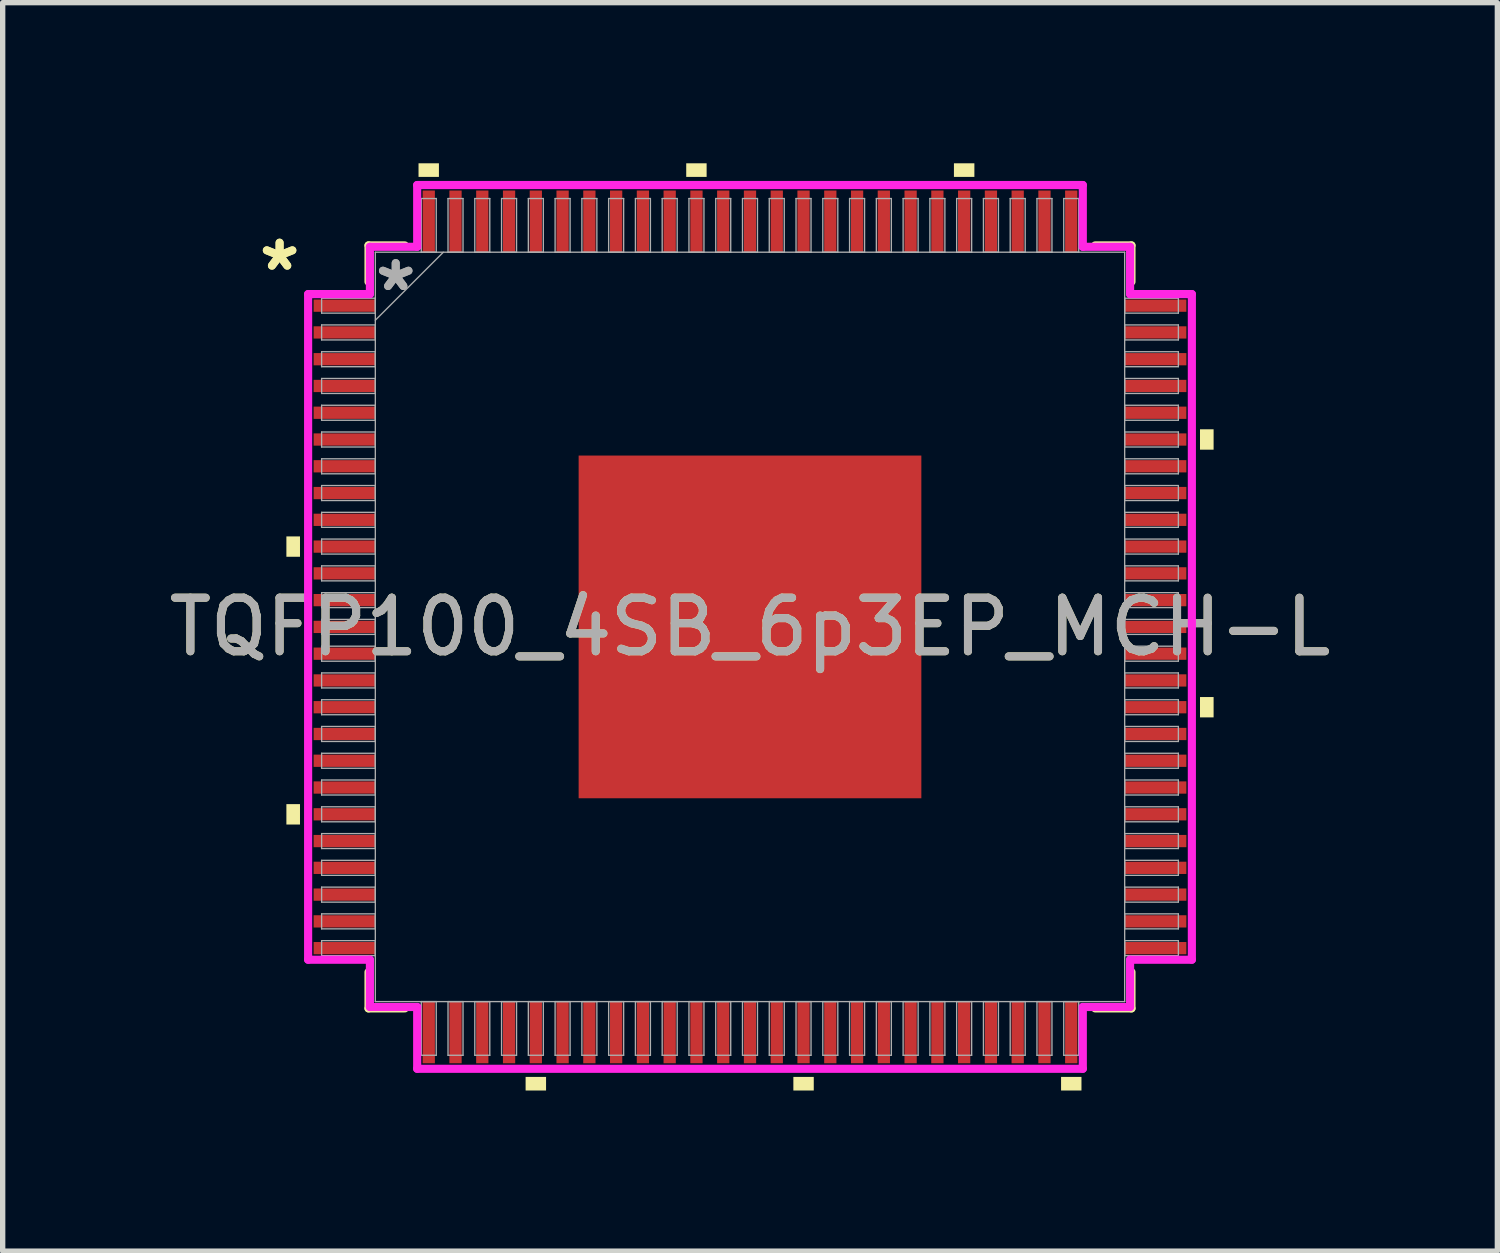
<source format=kicad_pcb>
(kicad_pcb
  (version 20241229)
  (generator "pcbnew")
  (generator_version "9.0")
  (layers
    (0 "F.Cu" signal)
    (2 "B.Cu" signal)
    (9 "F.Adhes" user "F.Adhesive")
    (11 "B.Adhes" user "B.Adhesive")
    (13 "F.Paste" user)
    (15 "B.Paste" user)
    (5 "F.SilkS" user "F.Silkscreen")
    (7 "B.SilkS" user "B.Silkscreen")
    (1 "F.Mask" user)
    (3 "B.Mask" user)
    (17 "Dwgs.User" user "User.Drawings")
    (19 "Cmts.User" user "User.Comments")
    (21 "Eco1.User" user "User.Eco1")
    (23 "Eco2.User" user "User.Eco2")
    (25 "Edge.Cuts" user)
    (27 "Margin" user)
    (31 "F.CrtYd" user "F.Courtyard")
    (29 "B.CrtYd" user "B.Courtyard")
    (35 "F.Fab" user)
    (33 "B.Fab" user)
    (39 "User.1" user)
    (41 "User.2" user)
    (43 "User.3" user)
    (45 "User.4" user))
  (footprint "TQFP100_4SB_6p3EP_MCH-L"
    (layer "F.Cu")
    (at 10.958 8.659)
    (property "Reference" "TQFP100_4SB_6p3EP_MCH-L" (at 0 0 0) (unlocked yes) (layer "F.SilkS") (effects (font (size 1 1) (thickness 0.15))))
    (attr smd)
    (fp_line (start -7.125 -7.125) (end -7.125 -6.447) (stroke (width 0.152) (type solid)) (layer "F.SilkS"))
    (fp_line (start -7.125 6.447) (end -7.125 7.125) (stroke (width 0.152) (type solid)) (layer "F.SilkS"))
    (fp_line (start -7.125 7.125) (end -6.447 7.125) (stroke (width 0.152) (type solid)) (layer "F.SilkS"))
    (fp_line (start -6.447 -7.125) (end -7.125 -7.125) (stroke (width 0.152) (type solid)) (layer "F.SilkS"))
    (fp_line (start 6.447 7.125) (end 7.125 7.125) (stroke (width 0.152) (type solid)) (layer "F.SilkS"))
    (fp_line (start 7.125 -7.125) (end 6.447 -7.125) (stroke (width 0.152) (type solid)) (layer "F.SilkS"))
    (fp_line (start 7.125 -6.447) (end 7.125 -7.125) (stroke (width 0.152) (type solid)) (layer "F.SilkS"))
    (fp_line (start 7.125 7.125) (end 7.125 6.447) (stroke (width 0.152) (type solid)) (layer "F.SilkS"))
    (fp_poly (pts (xy -8.659 -1.69) (xy -8.659 -1.31) (xy -8.405 -1.31) (xy -8.405 -1.69)) (stroke (width 0) (type solid)) (fill yes) (layer "F.SilkS"))
    (fp_poly (pts (xy -8.659 3.31) (xy -8.659 3.691) (xy -8.405 3.691) (xy -8.405 3.31)) (stroke (width 0) (type solid)) (fill yes) (layer "F.SilkS"))
    (fp_poly (pts (xy -6.191 -8.405) (xy -6.191 -8.659) (xy -5.81 -8.659) (xy -5.81 -8.405)) (stroke (width 0) (type solid)) (fill yes) (layer "F.SilkS"))
    (fp_poly (pts (xy -4.191 8.405) (xy -4.191 8.659) (xy -3.809 8.659) (xy -3.809 8.405)) (stroke (width 0) (type solid)) (fill yes) (layer "F.SilkS"))
    (fp_poly (pts (xy -1.191 -8.405) (xy -1.191 -8.659) (xy -0.81 -8.659) (xy -0.81 -8.405)) (stroke (width 0) (type solid)) (fill yes) (layer "F.SilkS"))
    (fp_poly (pts (xy 0.81 8.405) (xy 0.81 8.659) (xy 1.191 8.659) (xy 1.191 8.405)) (stroke (width 0) (type solid)) (fill yes) (layer "F.SilkS"))
    (fp_poly (pts (xy 3.809 -8.405) (xy 3.809 -8.659) (xy 4.191 -8.659) (xy 4.191 -8.405)) (stroke (width 0) (type solid)) (fill yes) (layer "F.SilkS"))
    (fp_poly (pts (xy 5.81 8.405) (xy 5.81 8.659) (xy 6.191 8.659) (xy 6.191 8.405)) (stroke (width 0) (type solid)) (fill yes) (layer "F.SilkS"))
    (fp_poly (pts (xy 8.659 -3.691) (xy 8.659 -3.31) (xy 8.405 -3.31) (xy 8.405 -3.691)) (stroke (width 0) (type solid)) (fill yes) (layer "F.SilkS"))
    (fp_poly (pts (xy 8.659 1.31) (xy 8.659 1.69) (xy 8.405 1.69) (xy 8.405 1.31)) (stroke (width 0) (type solid)) (fill yes) (layer "F.SilkS"))
    (fp_poly (pts (xy -3.1 -3.1) (xy -3.1 -2.02) (xy -2.02 -2.02) (xy -2.02 -3.1)) (stroke (width 0) (type solid)) (fill yes) (layer "F.Paste"))
    (fp_poly (pts (xy -3.1 -1.82) (xy -3.1 -0.74) (xy -2.02 -0.74) (xy -2.02 -1.82)) (stroke (width 0) (type solid)) (fill yes) (layer "F.Paste"))
    (fp_poly (pts (xy -3.1 -0.54) (xy -3.1 0.54) (xy -2.02 0.54) (xy -2.02 -0.54)) (stroke (width 0) (type solid)) (fill yes) (layer "F.Paste"))
    (fp_poly (pts (xy -3.1 0.74) (xy -3.1 1.82) (xy -2.02 1.82) (xy -2.02 0.74)) (stroke (width 0) (type solid)) (fill yes) (layer "F.Paste"))
    (fp_poly (pts (xy -3.1 2.02) (xy -3.1 3.1) (xy -2.02 3.1) (xy -2.02 2.02)) (stroke (width 0) (type solid)) (fill yes) (layer "F.Paste"))
    (fp_poly (pts (xy -1.82 -3.1) (xy -1.82 -2.02) (xy -0.74 -2.02) (xy -0.74 -3.1)) (stroke (width 0) (type solid)) (fill yes) (layer "F.Paste"))
    (fp_poly (pts (xy -1.82 -1.82) (xy -1.82 -0.74) (xy -0.74 -0.74) (xy -0.74 -1.82)) (stroke (width 0) (type solid)) (fill yes) (layer "F.Paste"))
    (fp_poly (pts (xy -1.82 -0.54) (xy -1.82 0.54) (xy -0.74 0.54) (xy -0.74 -0.54)) (stroke (width 0) (type solid)) (fill yes) (layer "F.Paste"))
    (fp_poly (pts (xy -1.82 0.74) (xy -1.82 1.82) (xy -0.74 1.82) (xy -0.74 0.74)) (stroke (width 0) (type solid)) (fill yes) (layer "F.Paste"))
    (fp_poly (pts (xy -1.82 2.02) (xy -1.82 3.1) (xy -0.74 3.1) (xy -0.74 2.02)) (stroke (width 0) (type solid)) (fill yes) (layer "F.Paste"))
    (fp_poly (pts (xy -0.54 -3.1) (xy -0.54 -2.02) (xy 0.54 -2.02) (xy 0.54 -3.1)) (stroke (width 0) (type solid)) (fill yes) (layer "F.Paste"))
    (fp_poly (pts (xy -0.54 -1.82) (xy -0.54 -0.74) (xy 0.54 -0.74) (xy 0.54 -1.82)) (stroke (width 0) (type solid)) (fill yes) (layer "F.Paste"))
    (fp_poly (pts (xy -0.54 -0.54) (xy -0.54 0.54) (xy 0.54 0.54) (xy 0.54 -0.54)) (stroke (width 0) (type solid)) (fill yes) (layer "F.Paste"))
    (fp_poly (pts (xy -0.54 0.74) (xy -0.54 1.82) (xy 0.54 1.82) (xy 0.54 0.74)) (stroke (width 0) (type solid)) (fill yes) (layer "F.Paste"))
    (fp_poly (pts (xy -0.54 2.02) (xy -0.54 3.1) (xy 0.54 3.1) (xy 0.54 2.02)) (stroke (width 0) (type solid)) (fill yes) (layer "F.Paste"))
    (fp_poly (pts (xy 0.74 -3.1) (xy 0.74 -2.02) (xy 1.82 -2.02) (xy 1.82 -3.1)) (stroke (width 0) (type solid)) (fill yes) (layer "F.Paste"))
    (fp_poly (pts (xy 0.74 -1.82) (xy 0.74 -0.74) (xy 1.82 -0.74) (xy 1.82 -1.82)) (stroke (width 0) (type solid)) (fill yes) (layer "F.Paste"))
    (fp_poly (pts (xy 0.74 -0.54) (xy 0.74 0.54) (xy 1.82 0.54) (xy 1.82 -0.54)) (stroke (width 0) (type solid)) (fill yes) (layer "F.Paste"))
    (fp_poly (pts (xy 0.74 0.74) (xy 0.74 1.82) (xy 1.82 1.82) (xy 1.82 0.74)) (stroke (width 0) (type solid)) (fill yes) (layer "F.Paste"))
    (fp_poly (pts (xy 0.74 2.02) (xy 0.74 3.1) (xy 1.82 3.1) (xy 1.82 2.02)) (stroke (width 0) (type solid)) (fill yes) (layer "F.Paste"))
    (fp_poly (pts (xy 2.02 -3.1) (xy 2.02 -2.02) (xy 3.1 -2.02) (xy 3.1 -3.1)) (stroke (width 0) (type solid)) (fill yes) (layer "F.Paste"))
    (fp_poly (pts (xy 2.02 -1.82) (xy 2.02 -0.74) (xy 3.1 -0.74) (xy 3.1 -1.82)) (stroke (width 0) (type solid)) (fill yes) (layer "F.Paste"))
    (fp_poly (pts (xy 2.02 -0.54) (xy 2.02 0.54) (xy 3.1 0.54) (xy 3.1 -0.54)) (stroke (width 0) (type solid)) (fill yes) (layer "F.Paste"))
    (fp_poly (pts (xy 2.02 0.74) (xy 2.02 1.82) (xy 3.1 1.82) (xy 3.1 0.74)) (stroke (width 0) (type solid)) (fill yes) (layer "F.Paste"))
    (fp_poly (pts (xy 2.02 2.02) (xy 2.02 3.1) (xy 3.1 3.1) (xy 3.1 2.02)) (stroke (width 0) (type solid)) (fill yes) (layer "F.Paste"))
    (fp_line (start -8.253 -6.216) (end -7.099 -6.216) (stroke (width 0.152) (type solid)) (layer "F.CrtYd"))
    (fp_line (start -8.253 6.216) (end -8.253 -6.216) (stroke (width 0.152) (type solid)) (layer "F.CrtYd"))
    (fp_line (start -7.099 -7.099) (end -6.216 -7.099) (stroke (width 0.152) (type solid)) (layer "F.CrtYd"))
    (fp_line (start -7.099 -6.216) (end -7.099 -7.099) (stroke (width 0.152) (type solid)) (layer "F.CrtYd"))
    (fp_line (start -7.099 6.216) (end -8.253 6.216) (stroke (width 0.152) (type solid)) (layer "F.CrtYd"))
    (fp_line (start -7.099 7.099) (end -7.099 6.216) (stroke (width 0.152) (type solid)) (layer "F.CrtYd"))
    (fp_line (start -7.099 7.099) (end -6.216 7.099) (stroke (width 0.152) (type solid)) (layer "F.CrtYd"))
    (fp_line (start -6.216 -8.253) (end 6.216 -8.253) (stroke (width 0.152) (type solid)) (layer "F.CrtYd"))
    (fp_line (start -6.216 -7.099) (end -6.216 -8.253) (stroke (width 0.152) (type solid)) (layer "F.CrtYd"))
    (fp_line (start -6.216 7.099) (end -6.216 8.253) (stroke (width 0.152) (type solid)) (layer "F.CrtYd"))
    (fp_line (start -6.216 8.253) (end 6.216 8.253) (stroke (width 0.152) (type solid)) (layer "F.CrtYd"))
    (fp_line (start 6.216 -8.253) (end 6.216 -7.099) (stroke (width 0.152) (type solid)) (layer "F.CrtYd"))
    (fp_line (start 6.216 -7.099) (end 7.099 -7.099) (stroke (width 0.152) (type solid)) (layer "F.CrtYd"))
    (fp_line (start 6.216 7.099) (end 7.099 7.099) (stroke (width 0.152) (type solid)) (layer "F.CrtYd"))
    (fp_line (start 6.216 8.253) (end 6.216 7.099) (stroke (width 0.152) (type solid)) (layer "F.CrtYd"))
    (fp_line (start 7.099 -6.216) (end 7.099 -7.099) (stroke (width 0.152) (type solid)) (layer "F.CrtYd"))
    (fp_line (start 7.099 6.216) (end 8.253 6.216) (stroke (width 0.152) (type solid)) (layer "F.CrtYd"))
    (fp_line (start 7.099 7.099) (end 7.099 6.216) (stroke (width 0.152) (type solid)) (layer "F.CrtYd"))
    (fp_line (start 8.253 -6.216) (end 7.099 -6.216) (stroke (width 0.152) (type solid)) (layer "F.CrtYd"))
    (fp_line (start 8.253 6.216) (end 8.253 -6.216) (stroke (width 0.152) (type solid)) (layer "F.CrtYd"))
    (fp_line (start -8.001 -6.14) (end -8.001 -5.86) (stroke (width 0.025) (type solid)) (layer "F.Fab"))
    (fp_line (start -8.001 -5.86) (end -6.998 -5.86) (stroke (width 0.025) (type solid)) (layer "F.Fab"))
    (fp_line (start -8.001 -5.64) (end -8.001 -5.36) (stroke (width 0.025) (type solid)) (layer "F.Fab"))
    (fp_line (start -8.001 -5.36) (end -6.998 -5.36) (stroke (width 0.025) (type solid)) (layer "F.Fab"))
    (fp_line (start -8.001 -5.14) (end -8.001 -4.86) (stroke (width 0.025) (type solid)) (layer "F.Fab"))
    (fp_line (start -8.001 -4.86) (end -6.998 -4.86) (stroke (width 0.025) (type solid)) (layer "F.Fab"))
    (fp_line (start -8.001 -4.64) (end -8.001 -4.36) (stroke (width 0.025) (type solid)) (layer "F.Fab"))
    (fp_line (start -8.001 -4.36) (end -6.998 -4.36) (stroke (width 0.025) (type solid)) (layer "F.Fab"))
    (fp_line (start -8.001 -4.14) (end -8.001 -3.86) (stroke (width 0.025) (type solid)) (layer "F.Fab"))
    (fp_line (start -8.001 -3.86) (end -6.998 -3.86) (stroke (width 0.025) (type solid)) (layer "F.Fab"))
    (fp_line (start -8.001 -3.64) (end -8.001 -3.36) (stroke (width 0.025) (type solid)) (layer "F.Fab"))
    (fp_line (start -8.001 -3.36) (end -6.998 -3.36) (stroke (width 0.025) (type solid)) (layer "F.Fab"))
    (fp_line (start -8.001 -3.14) (end -8.001 -2.86) (stroke (width 0.025) (type solid)) (layer "F.Fab"))
    (fp_line (start -8.001 -2.86) (end -6.998 -2.86) (stroke (width 0.025) (type solid)) (layer "F.Fab"))
    (fp_line (start -8.001 -2.64) (end -8.001 -2.36) (stroke (width 0.025) (type solid)) (layer "F.Fab"))
    (fp_line (start -8.001 -2.36) (end -6.998 -2.36) (stroke (width 0.025) (type solid)) (layer "F.Fab"))
    (fp_line (start -8.001 -2.14) (end -8.001 -1.86) (stroke (width 0.025) (type solid)) (layer "F.Fab"))
    (fp_line (start -8.001 -1.86) (end -6.998 -1.86) (stroke (width 0.025) (type solid)) (layer "F.Fab"))
    (fp_line (start -8.001 -1.64) (end -8.001 -1.36) (stroke (width 0.025) (type solid)) (layer "F.Fab"))
    (fp_line (start -8.001 -1.36) (end -6.998 -1.36) (stroke (width 0.025) (type solid)) (layer "F.Fab"))
    (fp_line (start -8.001 -1.14) (end -8.001 -0.86) (stroke (width 0.025) (type solid)) (layer "F.Fab"))
    (fp_line (start -8.001 -0.86) (end -6.998 -0.86) (stroke (width 0.025) (type solid)) (layer "F.Fab"))
    (fp_line (start -8.001 -0.64) (end -8.001 -0.36) (stroke (width 0.025) (type solid)) (layer "F.Fab"))
    (fp_line (start -8.001 -0.36) (end -6.998 -0.36) (stroke (width 0.025) (type solid)) (layer "F.Fab"))
    (fp_line (start -8.001 -0.14) (end -8.001 0.14) (stroke (width 0.025) (type solid)) (layer "F.Fab"))
    (fp_line (start -8.001 0.14) (end -6.998 0.14) (stroke (width 0.025) (type solid)) (layer "F.Fab"))
    (fp_line (start -8.001 0.36) (end -8.001 0.64) (stroke (width 0.025) (type solid)) (layer "F.Fab"))
    (fp_line (start -8.001 0.64) (end -6.998 0.64) (stroke (width 0.025) (type solid)) (layer "F.Fab"))
    (fp_line (start -8.001 0.86) (end -8.001 1.14) (stroke (width 0.025) (type solid)) (layer "F.Fab"))
    (fp_line (start -8.001 1.14) (end -6.998 1.14) (stroke (width 0.025) (type solid)) (layer "F.Fab"))
    (fp_line (start -8.001 1.36) (end -8.001 1.64) (stroke (width 0.025) (type solid)) (layer "F.Fab"))
    (fp_line (start -8.001 1.64) (end -6.998 1.64) (stroke (width 0.025) (type solid)) (layer "F.Fab"))
    (fp_line (start -8.001 1.86) (end -8.001 2.14) (stroke (width 0.025) (type solid)) (layer "F.Fab"))
    (fp_line (start -8.001 2.14) (end -6.998 2.14) (stroke (width 0.025) (type solid)) (layer "F.Fab"))
    (fp_line (start -8.001 2.36) (end -8.001 2.64) (stroke (width 0.025) (type solid)) (layer "F.Fab"))
    (fp_line (start -8.001 2.64) (end -6.998 2.64) (stroke (width 0.025) (type solid)) (layer "F.Fab"))
    (fp_line (start -8.001 2.86) (end -8.001 3.14) (stroke (width 0.025) (type solid)) (layer "F.Fab"))
    (fp_line (start -8.001 3.14) (end -6.998 3.14) (stroke (width 0.025) (type solid)) (layer "F.Fab"))
    (fp_line (start -8.001 3.36) (end -8.001 3.64) (stroke (width 0.025) (type solid)) (layer "F.Fab"))
    (fp_line (start -8.001 3.64) (end -6.998 3.64) (stroke (width 0.025) (type solid)) (layer "F.Fab"))
    (fp_line (start -8.001 3.86) (end -8.001 4.14) (stroke (width 0.025) (type solid)) (layer "F.Fab"))
    (fp_line (start -8.001 4.14) (end -6.998 4.14) (stroke (width 0.025) (type solid)) (layer "F.Fab"))
    (fp_line (start -8.001 4.36) (end -8.001 4.64) (stroke (width 0.025) (type solid)) (layer "F.Fab"))
    (fp_line (start -8.001 4.64) (end -6.998 4.64) (stroke (width 0.025) (type solid)) (layer "F.Fab"))
    (fp_line (start -8.001 4.86) (end -8.001 5.14) (stroke (width 0.025) (type solid)) (layer "F.Fab"))
    (fp_line (start -8.001 5.14) (end -6.998 5.14) (stroke (width 0.025) (type solid)) (layer "F.Fab"))
    (fp_line (start -8.001 5.36) (end -8.001 5.64) (stroke (width 0.025) (type solid)) (layer "F.Fab"))
    (fp_line (start -8.001 5.64) (end -6.998 5.64) (stroke (width 0.025) (type solid)) (layer "F.Fab"))
    (fp_line (start -8.001 5.86) (end -8.001 6.14) (stroke (width 0.025) (type solid)) (layer "F.Fab"))
    (fp_line (start -8.001 6.14) (end -6.998 6.14) (stroke (width 0.025) (type solid)) (layer "F.Fab"))
    (fp_line (start -6.998 -6.998) (end -6.998 6.998) (stroke (width 0.025) (type solid)) (layer "F.Fab"))
    (fp_line (start -6.998 -6.14) (end -8.001 -6.14) (stroke (width 0.025) (type solid)) (layer "F.Fab"))
    (fp_line (start -6.998 -5.86) (end -6.998 -6.14) (stroke (width 0.025) (type solid)) (layer "F.Fab"))
    (fp_line (start -6.998 -5.728) (end -5.728 -6.998) (stroke (width 0.025) (type solid)) (layer "F.Fab"))
    (fp_line (start -6.998 -5.64) (end -8.001 -5.64) (stroke (width 0.025) (type solid)) (layer "F.Fab"))
    (fp_line (start -6.998 -5.36) (end -6.998 -5.64) (stroke (width 0.025) (type solid)) (layer "F.Fab"))
    (fp_line (start -6.998 -5.14) (end -8.001 -5.14) (stroke (width 0.025) (type solid)) (layer "F.Fab"))
    (fp_line (start -6.998 -4.86) (end -6.998 -5.14) (stroke (width 0.025) (type solid)) (layer "F.Fab"))
    (fp_line (start -6.998 -4.64) (end -8.001 -4.64) (stroke (width 0.025) (type solid)) (layer "F.Fab"))
    (fp_line (start -6.998 -4.36) (end -6.998 -4.64) (stroke (width 0.025) (type solid)) (layer "F.Fab"))
    (fp_line (start -6.998 -4.14) (end -8.001 -4.14) (stroke (width 0.025) (type solid)) (layer "F.Fab"))
    (fp_line (start -6.998 -3.86) (end -6.998 -4.14) (stroke (width 0.025) (type solid)) (layer "F.Fab"))
    (fp_line (start -6.998 -3.64) (end -8.001 -3.64) (stroke (width 0.025) (type solid)) (layer "F.Fab"))
    (fp_line (start -6.998 -3.36) (end -6.998 -3.64) (stroke (width 0.025) (type solid)) (layer "F.Fab"))
    (fp_line (start -6.998 -3.14) (end -8.001 -3.14) (stroke (width 0.025) (type solid)) (layer "F.Fab"))
    (fp_line (start -6.998 -2.86) (end -6.998 -3.14) (stroke (width 0.025) (type solid)) (layer "F.Fab"))
    (fp_line (start -6.998 -2.64) (end -8.001 -2.64) (stroke (width 0.025) (type solid)) (layer "F.Fab"))
    (fp_line (start -6.998 -2.36) (end -6.998 -2.64) (stroke (width 0.025) (type solid)) (layer "F.Fab"))
    (fp_line (start -6.998 -2.14) (end -8.001 -2.14) (stroke (width 0.025) (type solid)) (layer "F.Fab"))
    (fp_line (start -6.998 -1.86) (end -6.998 -2.14) (stroke (width 0.025) (type solid)) (layer "F.Fab"))
    (fp_line (start -6.998 -1.64) (end -8.001 -1.64) (stroke (width 0.025) (type solid)) (layer "F.Fab"))
    (fp_line (start -6.998 -1.36) (end -6.998 -1.64) (stroke (width 0.025) (type solid)) (layer "F.Fab"))
    (fp_line (start -6.998 -1.14) (end -8.001 -1.14) (stroke (width 0.025) (type solid)) (layer "F.Fab"))
    (fp_line (start -6.998 -0.86) (end -6.998 -1.14) (stroke (width 0.025) (type solid)) (layer "F.Fab"))
    (fp_line (start -6.998 -0.64) (end -8.001 -0.64) (stroke (width 0.025) (type solid)) (layer "F.Fab"))
    (fp_line (start -6.998 -0.36) (end -6.998 -0.64) (stroke (width 0.025) (type solid)) (layer "F.Fab"))
    (fp_line (start -6.998 -0.14) (end -8.001 -0.14) (stroke (width 0.025) (type solid)) (layer "F.Fab"))
    (fp_line (start -6.998 0.14) (end -6.998 -0.14) (stroke (width 0.025) (type solid)) (layer "F.Fab"))
    (fp_line (start -6.998 0.36) (end -8.001 0.36) (stroke (width 0.025) (type solid)) (layer "F.Fab"))
    (fp_line (start -6.998 0.64) (end -6.998 0.36) (stroke (width 0.025) (type solid)) (layer "F.Fab"))
    (fp_line (start -6.998 0.86) (end -8.001 0.86) (stroke (width 0.025) (type solid)) (layer "F.Fab"))
    (fp_line (start -6.998 1.14) (end -6.998 0.86) (stroke (width 0.025) (type solid)) (layer "F.Fab"))
    (fp_line (start -6.998 1.36) (end -8.001 1.36) (stroke (width 0.025) (type solid)) (layer "F.Fab"))
    (fp_line (start -6.998 1.64) (end -6.998 1.36) (stroke (width 0.025) (type solid)) (layer "F.Fab"))
    (fp_line (start -6.998 1.86) (end -8.001 1.86) (stroke (width 0.025) (type solid)) (layer "F.Fab"))
    (fp_line (start -6.998 2.14) (end -6.998 1.86) (stroke (width 0.025) (type solid)) (layer "F.Fab"))
    (fp_line (start -6.998 2.36) (end -8.001 2.36) (stroke (width 0.025) (type solid)) (layer "F.Fab"))
    (fp_line (start -6.998 2.64) (end -6.998 2.36) (stroke (width 0.025) (type solid)) (layer "F.Fab"))
    (fp_line (start -6.998 2.86) (end -8.001 2.86) (stroke (width 0.025) (type solid)) (layer "F.Fab"))
    (fp_line (start -6.998 3.14) (end -6.998 2.86) (stroke (width 0.025) (type solid)) (layer "F.Fab"))
    (fp_line (start -6.998 3.36) (end -8.001 3.36) (stroke (width 0.025) (type solid)) (layer "F.Fab"))
    (fp_line (start -6.998 3.64) (end -6.998 3.36) (stroke (width 0.025) (type solid)) (layer "F.Fab"))
    (fp_line (start -6.998 3.86) (end -8.001 3.86) (stroke (width 0.025) (type solid)) (layer "F.Fab"))
    (fp_line (start -6.998 4.14) (end -6.998 3.86) (stroke (width 0.025) (type solid)) (layer "F.Fab"))
    (fp_line (start -6.998 4.36) (end -8.001 4.36) (stroke (width 0.025) (type solid)) (layer "F.Fab"))
    (fp_line (start -6.998 4.64) (end -6.998 4.36) (stroke (width 0.025) (type solid)) (layer "F.Fab"))
    (fp_line (start -6.998 4.86) (end -8.001 4.86) (stroke (width 0.025) (type solid)) (layer "F.Fab"))
    (fp_line (start -6.998 5.14) (end -6.998 4.86) (stroke (width 0.025) (type solid)) (layer "F.Fab"))
    (fp_line (start -6.998 5.36) (end -8.001 5.36) (stroke (width 0.025) (type solid)) (layer "F.Fab"))
    (fp_line (start -6.998 5.64) (end -6.998 5.36) (stroke (width 0.025) (type solid)) (layer "F.Fab"))
    (fp_line (start -6.998 5.86) (end -8.001 5.86) (stroke (width 0.025) (type solid)) (layer "F.Fab"))
    (fp_line (start -6.998 6.14) (end -6.998 5.86) (stroke (width 0.025) (type solid)) (layer "F.Fab"))
    (fp_line (start -6.998 6.998) (end 6.998 6.998) (stroke (width 0.025) (type solid)) (layer "F.Fab"))
    (fp_line (start -6.14 -8.001) (end -6.14 -6.998) (stroke (width 0.025) (type solid)) (layer "F.Fab"))
    (fp_line (start -6.14 -6.998) (end -5.86 -6.998) (stroke (width 0.025) (type solid)) (layer "F.Fab"))
    (fp_line (start -6.14 6.998) (end -6.14 8.001) (stroke (width 0.025) (type solid)) (layer "F.Fab"))
    (fp_line (start -6.14 8.001) (end -5.86 8.001) (stroke (width 0.025) (type solid)) (layer "F.Fab"))
    (fp_line (start -5.86 -8.001) (end -6.14 -8.001) (stroke (width 0.025) (type solid)) (layer "F.Fab"))
    (fp_line (start -5.86 -6.998) (end -5.86 -8.001) (stroke (width 0.025) (type solid)) (layer "F.Fab"))
    (fp_line (start -5.86 6.998) (end -6.14 6.998) (stroke (width 0.025) (type solid)) (layer "F.Fab"))
    (fp_line (start -5.86 8.001) (end -5.86 6.998) (stroke (width 0.025) (type solid)) (layer "F.Fab"))
    (fp_line (start -5.64 -8.001) (end -5.64 -6.998) (stroke (width 0.025) (type solid)) (layer "F.Fab"))
    (fp_line (start -5.64 -6.998) (end -5.36 -6.998) (stroke (width 0.025) (type solid)) (layer "F.Fab"))
    (fp_line (start -5.64 6.998) (end -5.64 8.001) (stroke (width 0.025) (type solid)) (layer "F.Fab"))
    (fp_line (start -5.64 8.001) (end -5.36 8.001) (stroke (width 0.025) (type solid)) (layer "F.Fab"))
    (fp_line (start -5.36 -8.001) (end -5.64 -8.001) (stroke (width 0.025) (type solid)) (layer "F.Fab"))
    (fp_line (start -5.36 -6.998) (end -5.36 -8.001) (stroke (width 0.025) (type solid)) (layer "F.Fab"))
    (fp_line (start -5.36 6.998) (end -5.64 6.998) (stroke (width 0.025) (type solid)) (layer "F.Fab"))
    (fp_line (start -5.36 8.001) (end -5.36 6.998) (stroke (width 0.025) (type solid)) (layer "F.Fab"))
    (fp_line (start -5.14 -8.001) (end -5.14 -6.998) (stroke (width 0.025) (type solid)) (layer "F.Fab"))
    (fp_line (start -5.14 -6.998) (end -4.86 -6.998) (stroke (width 0.025) (type solid)) (layer "F.Fab"))
    (fp_line (start -5.14 6.998) (end -5.14 8.001) (stroke (width 0.025) (type solid)) (layer "F.Fab"))
    (fp_line (start -5.14 8.001) (end -4.86 8.001) (stroke (width 0.025) (type solid)) (layer "F.Fab"))
    (fp_line (start -4.86 -8.001) (end -5.14 -8.001) (stroke (width 0.025) (type solid)) (layer "F.Fab"))
    (fp_line (start -4.86 -6.998) (end -4.86 -8.001) (stroke (width 0.025) (type solid)) (layer "F.Fab"))
    (fp_line (start -4.86 6.998) (end -5.14 6.998) (stroke (width 0.025) (type solid)) (layer "F.Fab"))
    (fp_line (start -4.86 8.001) (end -4.86 6.998) (stroke (width 0.025) (type solid)) (layer "F.Fab"))
    (fp_line (start -4.64 -8.001) (end -4.64 -6.998) (stroke (width 0.025) (type solid)) (layer "F.Fab"))
    (fp_line (start -4.64 -6.998) (end -4.36 -6.998) (stroke (width 0.025) (type solid)) (layer "F.Fab"))
    (fp_line (start -4.64 6.998) (end -4.64 8.001) (stroke (width 0.025) (type solid)) (layer "F.Fab"))
    (fp_line (start -4.64 8.001) (end -4.36 8.001) (stroke (width 0.025) (type solid)) (layer "F.Fab"))
    (fp_line (start -4.36 -8.001) (end -4.64 -8.001) (stroke (width 0.025) (type solid)) (layer "F.Fab"))
    (fp_line (start -4.36 -6.998) (end -4.36 -8.001) (stroke (width 0.025) (type solid)) (layer "F.Fab"))
    (fp_line (start -4.36 6.998) (end -4.64 6.998) (stroke (width 0.025) (type solid)) (layer "F.Fab"))
    (fp_line (start -4.36 8.001) (end -4.36 6.998) (stroke (width 0.025) (type solid)) (layer "F.Fab"))
    (fp_line (start -4.14 -8.001) (end -4.14 -6.998) (stroke (width 0.025) (type solid)) (layer "F.Fab"))
    (fp_line (start -4.14 -6.998) (end -3.86 -6.998) (stroke (width 0.025) (type solid)) (layer "F.Fab"))
    (fp_line (start -4.14 6.998) (end -4.14 8.001) (stroke (width 0.025) (type solid)) (layer "F.Fab"))
    (fp_line (start -4.14 8.001) (end -3.86 8.001) (stroke (width 0.025) (type solid)) (layer "F.Fab"))
    (fp_line (start -3.86 -8.001) (end -4.14 -8.001) (stroke (width 0.025) (type solid)) (layer "F.Fab"))
    (fp_line (start -3.86 -6.998) (end -3.86 -8.001) (stroke (width 0.025) (type solid)) (layer "F.Fab"))
    (fp_line (start -3.86 6.998) (end -4.14 6.998) (stroke (width 0.025) (type solid)) (layer "F.Fab"))
    (fp_line (start -3.86 8.001) (end -3.86 6.998) (stroke (width 0.025) (type solid)) (layer "F.Fab"))
    (fp_line (start -3.64 -8.001) (end -3.64 -6.998) (stroke (width 0.025) (type solid)) (layer "F.Fab"))
    (fp_line (start -3.64 -6.998) (end -3.36 -6.998) (stroke (width 0.025) (type solid)) (layer "F.Fab"))
    (fp_line (start -3.64 6.998) (end -3.64 8.001) (stroke (width 0.025) (type solid)) (layer "F.Fab"))
    (fp_line (start -3.64 8.001) (end -3.36 8.001) (stroke (width 0.025) (type solid)) (layer "F.Fab"))
    (fp_line (start -3.36 -8.001) (end -3.64 -8.001) (stroke (width 0.025) (type solid)) (layer "F.Fab"))
    (fp_line (start -3.36 -6.998) (end -3.36 -8.001) (stroke (width 0.025) (type solid)) (layer "F.Fab"))
    (fp_line (start -3.36 6.998) (end -3.64 6.998) (stroke (width 0.025) (type solid)) (layer "F.Fab"))
    (fp_line (start -3.36 8.001) (end -3.36 6.998) (stroke (width 0.025) (type solid)) (layer "F.Fab"))
    (fp_line (start -3.14 -8.001) (end -3.14 -6.998) (stroke (width 0.025) (type solid)) (layer "F.Fab"))
    (fp_line (start -3.14 -6.998) (end -2.86 -6.998) (stroke (width 0.025) (type solid)) (layer "F.Fab"))
    (fp_line (start -3.14 6.998) (end -3.14 8.001) (stroke (width 0.025) (type solid)) (layer "F.Fab"))
    (fp_line (start -3.14 8.001) (end -2.86 8.001) (stroke (width 0.025) (type solid)) (layer "F.Fab"))
    (fp_line (start -2.86 -8.001) (end -3.14 -8.001) (stroke (width 0.025) (type solid)) (layer "F.Fab"))
    (fp_line (start -2.86 -6.998) (end -2.86 -8.001) (stroke (width 0.025) (type solid)) (layer "F.Fab"))
    (fp_line (start -2.86 6.998) (end -3.14 6.998) (stroke (width 0.025) (type solid)) (layer "F.Fab"))
    (fp_line (start -2.86 8.001) (end -2.86 6.998) (stroke (width 0.025) (type solid)) (layer "F.Fab"))
    (fp_line (start -2.64 -8.001) (end -2.64 -6.998) (stroke (width 0.025) (type solid)) (layer "F.Fab"))
    (fp_line (start -2.64 -6.998) (end -2.36 -6.998) (stroke (width 0.025) (type solid)) (layer "F.Fab"))
    (fp_line (start -2.64 6.998) (end -2.64 8.001) (stroke (width 0.025) (type solid)) (layer "F.Fab"))
    (fp_line (start -2.64 8.001) (end -2.36 8.001) (stroke (width 0.025) (type solid)) (layer "F.Fab"))
    (fp_line (start -2.36 -8.001) (end -2.64 -8.001) (stroke (width 0.025) (type solid)) (layer "F.Fab"))
    (fp_line (start -2.36 -6.998) (end -2.36 -8.001) (stroke (width 0.025) (type solid)) (layer "F.Fab"))
    (fp_line (start -2.36 6.998) (end -2.64 6.998) (stroke (width 0.025) (type solid)) (layer "F.Fab"))
    (fp_line (start -2.36 8.001) (end -2.36 6.998) (stroke (width 0.025) (type solid)) (layer "F.Fab"))
    (fp_line (start -2.14 -8.001) (end -2.14 -6.998) (stroke (width 0.025) (type solid)) (layer "F.Fab"))
    (fp_line (start -2.14 -6.998) (end -1.86 -6.998) (stroke (width 0.025) (type solid)) (layer "F.Fab"))
    (fp_line (start -2.14 6.998) (end -2.14 8.001) (stroke (width 0.025) (type solid)) (layer "F.Fab"))
    (fp_line (start -2.14 8.001) (end -1.86 8.001) (stroke (width 0.025) (type solid)) (layer "F.Fab"))
    (fp_line (start -1.86 -8.001) (end -2.14 -8.001) (stroke (width 0.025) (type solid)) (layer "F.Fab"))
    (fp_line (start -1.86 -6.998) (end -1.86 -8.001) (stroke (width 0.025) (type solid)) (layer "F.Fab"))
    (fp_line (start -1.86 6.998) (end -2.14 6.998) (stroke (width 0.025) (type solid)) (layer "F.Fab"))
    (fp_line (start -1.86 8.001) (end -1.86 6.998) (stroke (width 0.025) (type solid)) (layer "F.Fab"))
    (fp_line (start -1.64 -8.001) (end -1.64 -6.998) (stroke (width 0.025) (type solid)) (layer "F.Fab"))
    (fp_line (start -1.64 -6.998) (end -1.36 -6.998) (stroke (width 0.025) (type solid)) (layer "F.Fab"))
    (fp_line (start -1.64 6.998) (end -1.64 8.001) (stroke (width 0.025) (type solid)) (layer "F.Fab"))
    (fp_line (start -1.64 8.001) (end -1.36 8.001) (stroke (width 0.025) (type solid)) (layer "F.Fab"))
    (fp_line (start -1.36 -8.001) (end -1.64 -8.001) (stroke (width 0.025) (type solid)) (layer "F.Fab"))
    (fp_line (start -1.36 -6.998) (end -1.36 -8.001) (stroke (width 0.025) (type solid)) (layer "F.Fab"))
    (fp_line (start -1.36 6.998) (end -1.64 6.998) (stroke (width 0.025) (type solid)) (layer "F.Fab"))
    (fp_line (start -1.36 8.001) (end -1.36 6.998) (stroke (width 0.025) (type solid)) (layer "F.Fab"))
    (fp_line (start -1.14 -8.001) (end -1.14 -6.998) (stroke (width 0.025) (type solid)) (layer "F.Fab"))
    (fp_line (start -1.14 -6.998) (end -0.86 -6.998) (stroke (width 0.025) (type solid)) (layer "F.Fab"))
    (fp_line (start -1.14 6.998) (end -1.14 8.001) (stroke (width 0.025) (type solid)) (layer "F.Fab"))
    (fp_line (start -1.14 8.001) (end -0.86 8.001) (stroke (width 0.025) (type solid)) (layer "F.Fab"))
    (fp_line (start -0.86 -8.001) (end -1.14 -8.001) (stroke (width 0.025) (type solid)) (layer "F.Fab"))
    (fp_line (start -0.86 -6.998) (end -0.86 -8.001) (stroke (width 0.025) (type solid)) (layer "F.Fab"))
    (fp_line (start -0.86 6.998) (end -1.14 6.998) (stroke (width 0.025) (type solid)) (layer "F.Fab"))
    (fp_line (start -0.86 8.001) (end -0.86 6.998) (stroke (width 0.025) (type solid)) (layer "F.Fab"))
    (fp_line (start -0.64 -8.001) (end -0.64 -6.998) (stroke (width 0.025) (type solid)) (layer "F.Fab"))
    (fp_line (start -0.64 -6.998) (end -0.36 -6.998) (stroke (width 0.025) (type solid)) (layer "F.Fab"))
    (fp_line (start -0.64 6.998) (end -0.64 8.001) (stroke (width 0.025) (type solid)) (layer "F.Fab"))
    (fp_line (start -0.64 8.001) (end -0.36 8.001) (stroke (width 0.025) (type solid)) (layer "F.Fab"))
    (fp_line (start -0.36 -8.001) (end -0.64 -8.001) (stroke (width 0.025) (type solid)) (layer "F.Fab"))
    (fp_line (start -0.36 -6.998) (end -0.36 -8.001) (stroke (width 0.025) (type solid)) (layer "F.Fab"))
    (fp_line (start -0.36 6.998) (end -0.64 6.998) (stroke (width 0.025) (type solid)) (layer "F.Fab"))
    (fp_line (start -0.36 8.001) (end -0.36 6.998) (stroke (width 0.025) (type solid)) (layer "F.Fab"))
    (fp_line (start -0.14 -8.001) (end -0.14 -6.998) (stroke (width 0.025) (type solid)) (layer "F.Fab"))
    (fp_line (start -0.14 -6.998) (end 0.14 -6.998) (stroke (width 0.025) (type solid)) (layer "F.Fab"))
    (fp_line (start -0.14 6.998) (end -0.14 8.001) (stroke (width 0.025) (type solid)) (layer "F.Fab"))
    (fp_line (start -0.14 8.001) (end 0.14 8.001) (stroke (width 0.025) (type solid)) (layer "F.Fab"))
    (fp_line (start 0.14 -8.001) (end -0.14 -8.001) (stroke (width 0.025) (type solid)) (layer "F.Fab"))
    (fp_line (start 0.14 -6.998) (end 0.14 -8.001) (stroke (width 0.025) (type solid)) (layer "F.Fab"))
    (fp_line (start 0.14 6.998) (end -0.14 6.998) (stroke (width 0.025) (type solid)) (layer "F.Fab"))
    (fp_line (start 0.14 8.001) (end 0.14 6.998) (stroke (width 0.025) (type solid)) (layer "F.Fab"))
    (fp_line (start 0.36 -8.001) (end 0.36 -6.998) (stroke (width 0.025) (type solid)) (layer "F.Fab"))
    (fp_line (start 0.36 -6.998) (end 0.64 -6.998) (stroke (width 0.025) (type solid)) (layer "F.Fab"))
    (fp_line (start 0.36 6.998) (end 0.36 8.001) (stroke (width 0.025) (type solid)) (layer "F.Fab"))
    (fp_line (start 0.36 8.001) (end 0.64 8.001) (stroke (width 0.025) (type solid)) (layer "F.Fab"))
    (fp_line (start 0.64 -8.001) (end 0.36 -8.001) (stroke (width 0.025) (type solid)) (layer "F.Fab"))
    (fp_line (start 0.64 -6.998) (end 0.64 -8.001) (stroke (width 0.025) (type solid)) (layer "F.Fab"))
    (fp_line (start 0.64 6.998) (end 0.36 6.998) (stroke (width 0.025) (type solid)) (layer "F.Fab"))
    (fp_line (start 0.64 8.001) (end 0.64 6.998) (stroke (width 0.025) (type solid)) (layer "F.Fab"))
    (fp_line (start 0.86 -8.001) (end 0.86 -6.998) (stroke (width 0.025) (type solid)) (layer "F.Fab"))
    (fp_line (start 0.86 -6.998) (end 1.14 -6.998) (stroke (width 0.025) (type solid)) (layer "F.Fab"))
    (fp_line (start 0.86 6.998) (end 0.86 8.001) (stroke (width 0.025) (type solid)) (layer "F.Fab"))
    (fp_line (start 0.86 8.001) (end 1.14 8.001) (stroke (width 0.025) (type solid)) (layer "F.Fab"))
    (fp_line (start 1.14 -8.001) (end 0.86 -8.001) (stroke (width 0.025) (type solid)) (layer "F.Fab"))
    (fp_line (start 1.14 -6.998) (end 1.14 -8.001) (stroke (width 0.025) (type solid)) (layer "F.Fab"))
    (fp_line (start 1.14 6.998) (end 0.86 6.998) (stroke (width 0.025) (type solid)) (layer "F.Fab"))
    (fp_line (start 1.14 8.001) (end 1.14 6.998) (stroke (width 0.025) (type solid)) (layer "F.Fab"))
    (fp_line (start 1.36 -8.001) (end 1.36 -6.998) (stroke (width 0.025) (type solid)) (layer "F.Fab"))
    (fp_line (start 1.36 -6.998) (end 1.64 -6.998) (stroke (width 0.025) (type solid)) (layer "F.Fab"))
    (fp_line (start 1.36 6.998) (end 1.36 8.001) (stroke (width 0.025) (type solid)) (layer "F.Fab"))
    (fp_line (start 1.36 8.001) (end 1.64 8.001) (stroke (width 0.025) (type solid)) (layer "F.Fab"))
    (fp_line (start 1.64 -8.001) (end 1.36 -8.001) (stroke (width 0.025) (type solid)) (layer "F.Fab"))
    (fp_line (start 1.64 -6.998) (end 1.64 -8.001) (stroke (width 0.025) (type solid)) (layer "F.Fab"))
    (fp_line (start 1.64 6.998) (end 1.36 6.998) (stroke (width 0.025) (type solid)) (layer "F.Fab"))
    (fp_line (start 1.64 8.001) (end 1.64 6.998) (stroke (width 0.025) (type solid)) (layer "F.Fab"))
    (fp_line (start 1.86 -8.001) (end 1.86 -6.998) (stroke (width 0.025) (type solid)) (layer "F.Fab"))
    (fp_line (start 1.86 -6.998) (end 2.14 -6.998) (stroke (width 0.025) (type solid)) (layer "F.Fab"))
    (fp_line (start 1.86 6.998) (end 1.86 8.001) (stroke (width 0.025) (type solid)) (layer "F.Fab"))
    (fp_line (start 1.86 8.001) (end 2.14 8.001) (stroke (width 0.025) (type solid)) (layer "F.Fab"))
    (fp_line (start 2.14 -8.001) (end 1.86 -8.001) (stroke (width 0.025) (type solid)) (layer "F.Fab"))
    (fp_line (start 2.14 -6.998) (end 2.14 -8.001) (stroke (width 0.025) (type solid)) (layer "F.Fab"))
    (fp_line (start 2.14 6.998) (end 1.86 6.998) (stroke (width 0.025) (type solid)) (layer "F.Fab"))
    (fp_line (start 2.14 8.001) (end 2.14 6.998) (stroke (width 0.025) (type solid)) (layer "F.Fab"))
    (fp_line (start 2.36 -8.001) (end 2.36 -6.998) (stroke (width 0.025) (type solid)) (layer "F.Fab"))
    (fp_line (start 2.36 -6.998) (end 2.64 -6.998) (stroke (width 0.025) (type solid)) (layer "F.Fab"))
    (fp_line (start 2.36 6.998) (end 2.36 8.001) (stroke (width 0.025) (type solid)) (layer "F.Fab"))
    (fp_line (start 2.36 8.001) (end 2.64 8.001) (stroke (width 0.025) (type solid)) (layer "F.Fab"))
    (fp_line (start 2.64 -8.001) (end 2.36 -8.001) (stroke (width 0.025) (type solid)) (layer "F.Fab"))
    (fp_line (start 2.64 -6.998) (end 2.64 -8.001) (stroke (width 0.025) (type solid)) (layer "F.Fab"))
    (fp_line (start 2.64 6.998) (end 2.36 6.998) (stroke (width 0.025) (type solid)) (layer "F.Fab"))
    (fp_line (start 2.64 8.001) (end 2.64 6.998) (stroke (width 0.025) (type solid)) (layer "F.Fab"))
    (fp_line (start 2.86 -8.001) (end 2.86 -6.998) (stroke (width 0.025) (type solid)) (layer "F.Fab"))
    (fp_line (start 2.86 -6.998) (end 3.14 -6.998) (stroke (width 0.025) (type solid)) (layer "F.Fab"))
    (fp_line (start 2.86 6.998) (end 2.86 8.001) (stroke (width 0.025) (type solid)) (layer "F.Fab"))
    (fp_line (start 2.86 8.001) (end 3.14 8.001) (stroke (width 0.025) (type solid)) (layer "F.Fab"))
    (fp_line (start 3.14 -8.001) (end 2.86 -8.001) (stroke (width 0.025) (type solid)) (layer "F.Fab"))
    (fp_line (start 3.14 -6.998) (end 3.14 -8.001) (stroke (width 0.025) (type solid)) (layer "F.Fab"))
    (fp_line (start 3.14 6.998) (end 2.86 6.998) (stroke (width 0.025) (type solid)) (layer "F.Fab"))
    (fp_line (start 3.14 8.001) (end 3.14 6.998) (stroke (width 0.025) (type solid)) (layer "F.Fab"))
    (fp_line (start 3.36 -8.001) (end 3.36 -6.998) (stroke (width 0.025) (type solid)) (layer "F.Fab"))
    (fp_line (start 3.36 -6.998) (end 3.64 -6.998) (stroke (width 0.025) (type solid)) (layer "F.Fab"))
    (fp_line (start 3.36 6.998) (end 3.36 8.001) (stroke (width 0.025) (type solid)) (layer "F.Fab"))
    (fp_line (start 3.36 8.001) (end 3.64 8.001) (stroke (width 0.025) (type solid)) (layer "F.Fab"))
    (fp_line (start 3.64 -8.001) (end 3.36 -8.001) (stroke (width 0.025) (type solid)) (layer "F.Fab"))
    (fp_line (start 3.64 -6.998) (end 3.64 -8.001) (stroke (width 0.025) (type solid)) (layer "F.Fab"))
    (fp_line (start 3.64 6.998) (end 3.36 6.998) (stroke (width 0.025) (type solid)) (layer "F.Fab"))
    (fp_line (start 3.64 8.001) (end 3.64 6.998) (stroke (width 0.025) (type solid)) (layer "F.Fab"))
    (fp_line (start 3.86 -8.001) (end 3.86 -6.998) (stroke (width 0.025) (type solid)) (layer "F.Fab"))
    (fp_line (start 3.86 -6.998) (end 4.14 -6.998) (stroke (width 0.025) (type solid)) (layer "F.Fab"))
    (fp_line (start 3.86 6.998) (end 3.86 8.001) (stroke (width 0.025) (type solid)) (layer "F.Fab"))
    (fp_line (start 3.86 8.001) (end 4.14 8.001) (stroke (width 0.025) (type solid)) (layer "F.Fab"))
    (fp_line (start 4.14 -8.001) (end 3.86 -8.001) (stroke (width 0.025) (type solid)) (layer "F.Fab"))
    (fp_line (start 4.14 -6.998) (end 4.14 -8.001) (stroke (width 0.025) (type solid)) (layer "F.Fab"))
    (fp_line (start 4.14 6.998) (end 3.86 6.998) (stroke (width 0.025) (type solid)) (layer "F.Fab"))
    (fp_line (start 4.14 8.001) (end 4.14 6.998) (stroke (width 0.025) (type solid)) (layer "F.Fab"))
    (fp_line (start 4.36 -8.001) (end 4.36 -6.998) (stroke (width 0.025) (type solid)) (layer "F.Fab"))
    (fp_line (start 4.36 -6.998) (end 4.64 -6.998) (stroke (width 0.025) (type solid)) (layer "F.Fab"))
    (fp_line (start 4.36 6.998) (end 4.36 8.001) (stroke (width 0.025) (type solid)) (layer "F.Fab"))
    (fp_line (start 4.36 8.001) (end 4.64 8.001) (stroke (width 0.025) (type solid)) (layer "F.Fab"))
    (fp_line (start 4.64 -8.001) (end 4.36 -8.001) (stroke (width 0.025) (type solid)) (layer "F.Fab"))
    (fp_line (start 4.64 -6.998) (end 4.64 -8.001) (stroke (width 0.025) (type solid)) (layer "F.Fab"))
    (fp_line (start 4.64 6.998) (end 4.36 6.998) (stroke (width 0.025) (type solid)) (layer "F.Fab"))
    (fp_line (start 4.64 8.001) (end 4.64 6.998) (stroke (width 0.025) (type solid)) (layer "F.Fab"))
    (fp_line (start 4.86 -8.001) (end 4.86 -6.998) (stroke (width 0.025) (type solid)) (layer "F.Fab"))
    (fp_line (start 4.86 -6.998) (end 5.14 -6.998) (stroke (width 0.025) (type solid)) (layer "F.Fab"))
    (fp_line (start 4.86 6.998) (end 4.86 8.001) (stroke (width 0.025) (type solid)) (layer "F.Fab"))
    (fp_line (start 4.86 8.001) (end 5.14 8.001) (stroke (width 0.025) (type solid)) (layer "F.Fab"))
    (fp_line (start 5.14 -8.001) (end 4.86 -8.001) (stroke (width 0.025) (type solid)) (layer "F.Fab"))
    (fp_line (start 5.14 -6.998) (end 5.14 -8.001) (stroke (width 0.025) (type solid)) (layer "F.Fab"))
    (fp_line (start 5.14 6.998) (end 4.86 6.998) (stroke (width 0.025) (type solid)) (layer "F.Fab"))
    (fp_line (start 5.14 8.001) (end 5.14 6.998) (stroke (width 0.025) (type solid)) (layer "F.Fab"))
    (fp_line (start 5.36 -8.001) (end 5.36 -6.998) (stroke (width 0.025) (type solid)) (layer "F.Fab"))
    (fp_line (start 5.36 -6.998) (end 5.64 -6.998) (stroke (width 0.025) (type solid)) (layer "F.Fab"))
    (fp_line (start 5.36 6.998) (end 5.36 8.001) (stroke (width 0.025) (type solid)) (layer "F.Fab"))
    (fp_line (start 5.36 8.001) (end 5.64 8.001) (stroke (width 0.025) (type solid)) (layer "F.Fab"))
    (fp_line (start 5.64 -8.001) (end 5.36 -8.001) (stroke (width 0.025) (type solid)) (layer "F.Fab"))
    (fp_line (start 5.64 -6.998) (end 5.64 -8.001) (stroke (width 0.025) (type solid)) (layer "F.Fab"))
    (fp_line (start 5.64 6.998) (end 5.36 6.998) (stroke (width 0.025) (type solid)) (layer "F.Fab"))
    (fp_line (start 5.64 8.001) (end 5.64 6.998) (stroke (width 0.025) (type solid)) (layer "F.Fab"))
    (fp_line (start 5.86 -8.001) (end 5.86 -6.998) (stroke (width 0.025) (type solid)) (layer "F.Fab"))
    (fp_line (start 5.86 -6.998) (end 6.14 -6.998) (stroke (width 0.025) (type solid)) (layer "F.Fab"))
    (fp_line (start 5.86 6.998) (end 5.86 8.001) (stroke (width 0.025) (type solid)) (layer "F.Fab"))
    (fp_line (start 5.86 8.001) (end 6.14 8.001) (stroke (width 0.025) (type solid)) (layer "F.Fab"))
    (fp_line (start 6.14 -8.001) (end 5.86 -8.001) (stroke (width 0.025) (type solid)) (layer "F.Fab"))
    (fp_line (start 6.14 -6.998) (end 6.14 -8.001) (stroke (width 0.025) (type solid)) (layer "F.Fab"))
    (fp_line (start 6.14 6.998) (end 5.86 6.998) (stroke (width 0.025) (type solid)) (layer "F.Fab"))
    (fp_line (start 6.14 8.001) (end 6.14 6.998) (stroke (width 0.025) (type solid)) (layer "F.Fab"))
    (fp_line (start 6.998 -6.998) (end -6.998 -6.998) (stroke (width 0.025) (type solid)) (layer "F.Fab"))
    (fp_line (start 6.998 -6.14) (end 6.998 -5.86) (stroke (width 0.025) (type solid)) (layer "F.Fab"))
    (fp_line (start 6.998 -5.86) (end 8.001 -5.86) (stroke (width 0.025) (type solid)) (layer "F.Fab"))
    (fp_line (start 6.998 -5.64) (end 6.998 -5.36) (stroke (width 0.025) (type solid)) (layer "F.Fab"))
    (fp_line (start 6.998 -5.36) (end 8.001 -5.36) (stroke (width 0.025) (type solid)) (layer "F.Fab"))
    (fp_line (start 6.998 -5.14) (end 6.998 -4.86) (stroke (width 0.025) (type solid)) (layer "F.Fab"))
    (fp_line (start 6.998 -4.86) (end 8.001 -4.86) (stroke (width 0.025) (type solid)) (layer "F.Fab"))
    (fp_line (start 6.998 -4.64) (end 6.998 -4.36) (stroke (width 0.025) (type solid)) (layer "F.Fab"))
    (fp_line (start 6.998 -4.36) (end 8.001 -4.36) (stroke (width 0.025) (type solid)) (layer "F.Fab"))
    (fp_line (start 6.998 -4.14) (end 6.998 -3.86) (stroke (width 0.025) (type solid)) (layer "F.Fab"))
    (fp_line (start 6.998 -3.86) (end 8.001 -3.86) (stroke (width 0.025) (type solid)) (layer "F.Fab"))
    (fp_line (start 6.998 -3.64) (end 6.998 -3.36) (stroke (width 0.025) (type solid)) (layer "F.Fab"))
    (fp_line (start 6.998 -3.36) (end 8.001 -3.36) (stroke (width 0.025) (type solid)) (layer "F.Fab"))
    (fp_line (start 6.998 -3.14) (end 6.998 -2.86) (stroke (width 0.025) (type solid)) (layer "F.Fab"))
    (fp_line (start 6.998 -2.86) (end 8.001 -2.86) (stroke (width 0.025) (type solid)) (layer "F.Fab"))
    (fp_line (start 6.998 -2.64) (end 6.998 -2.36) (stroke (width 0.025) (type solid)) (layer "F.Fab"))
    (fp_line (start 6.998 -2.36) (end 8.001 -2.36) (stroke (width 0.025) (type solid)) (layer "F.Fab"))
    (fp_line (start 6.998 -2.14) (end 6.998 -1.86) (stroke (width 0.025) (type solid)) (layer "F.Fab"))
    (fp_line (start 6.998 -1.86) (end 8.001 -1.86) (stroke (width 0.025) (type solid)) (layer "F.Fab"))
    (fp_line (start 6.998 -1.64) (end 6.998 -1.36) (stroke (width 0.025) (type solid)) (layer "F.Fab"))
    (fp_line (start 6.998 -1.36) (end 8.001 -1.36) (stroke (width 0.025) (type solid)) (layer "F.Fab"))
    (fp_line (start 6.998 -1.14) (end 6.998 -0.86) (stroke (width 0.025) (type solid)) (layer "F.Fab"))
    (fp_line (start 6.998 -0.86) (end 8.001 -0.86) (stroke (width 0.025) (type solid)) (layer "F.Fab"))
    (fp_line (start 6.998 -0.64) (end 6.998 -0.36) (stroke (width 0.025) (type solid)) (layer "F.Fab"))
    (fp_line (start 6.998 -0.36) (end 8.001 -0.36) (stroke (width 0.025) (type solid)) (layer "F.Fab"))
    (fp_line (start 6.998 -0.14) (end 6.998 0.14) (stroke (width 0.025) (type solid)) (layer "F.Fab"))
    (fp_line (start 6.998 0.14) (end 8.001 0.14) (stroke (width 0.025) (type solid)) (layer "F.Fab"))
    (fp_line (start 6.998 0.36) (end 6.998 0.64) (stroke (width 0.025) (type solid)) (layer "F.Fab"))
    (fp_line (start 6.998 0.64) (end 8.001 0.64) (stroke (width 0.025) (type solid)) (layer "F.Fab"))
    (fp_line (start 6.998 0.86) (end 6.998 1.14) (stroke (width 0.025) (type solid)) (layer "F.Fab"))
    (fp_line (start 6.998 1.14) (end 8.001 1.14) (stroke (width 0.025) (type solid)) (layer "F.Fab"))
    (fp_line (start 6.998 1.36) (end 6.998 1.64) (stroke (width 0.025) (type solid)) (layer "F.Fab"))
    (fp_line (start 6.998 1.64) (end 8.001 1.64) (stroke (width 0.025) (type solid)) (layer "F.Fab"))
    (fp_line (start 6.998 1.86) (end 6.998 2.14) (stroke (width 0.025) (type solid)) (layer "F.Fab"))
    (fp_line (start 6.998 2.14) (end 8.001 2.14) (stroke (width 0.025) (type solid)) (layer "F.Fab"))
    (fp_line (start 6.998 2.36) (end 6.998 2.64) (stroke (width 0.025) (type solid)) (layer "F.Fab"))
    (fp_line (start 6.998 2.64) (end 8.001 2.64) (stroke (width 0.025) (type solid)) (layer "F.Fab"))
    (fp_line (start 6.998 2.86) (end 6.998 3.14) (stroke (width 0.025) (type solid)) (layer "F.Fab"))
    (fp_line (start 6.998 3.14) (end 8.001 3.14) (stroke (width 0.025) (type solid)) (layer "F.Fab"))
    (fp_line (start 6.998 3.36) (end 6.998 3.64) (stroke (width 0.025) (type solid)) (layer "F.Fab"))
    (fp_line (start 6.998 3.64) (end 8.001 3.64) (stroke (width 0.025) (type solid)) (layer "F.Fab"))
    (fp_line (start 6.998 3.86) (end 6.998 4.14) (stroke (width 0.025) (type solid)) (layer "F.Fab"))
    (fp_line (start 6.998 4.14) (end 8.001 4.14) (stroke (width 0.025) (type solid)) (layer "F.Fab"))
    (fp_line (start 6.998 4.36) (end 6.998 4.64) (stroke (width 0.025) (type solid)) (layer "F.Fab"))
    (fp_line (start 6.998 4.64) (end 8.001 4.64) (stroke (width 0.025) (type solid)) (layer "F.Fab"))
    (fp_line (start 6.998 4.86) (end 6.998 5.14) (stroke (width 0.025) (type solid)) (layer "F.Fab"))
    (fp_line (start 6.998 5.14) (end 8.001 5.14) (stroke (width 0.025) (type solid)) (layer "F.Fab"))
    (fp_line (start 6.998 5.36) (end 6.998 5.64) (stroke (width 0.025) (type solid)) (layer "F.Fab"))
    (fp_line (start 6.998 5.64) (end 8.001 5.64) (stroke (width 0.025) (type solid)) (layer "F.Fab"))
    (fp_line (start 6.998 5.86) (end 6.998 6.14) (stroke (width 0.025) (type solid)) (layer "F.Fab"))
    (fp_line (start 6.998 6.14) (end 8.001 6.14) (stroke (width 0.025) (type solid)) (layer "F.Fab"))
    (fp_line (start 6.998 6.998) (end 6.998 -6.998) (stroke (width 0.025) (type solid)) (layer "F.Fab"))
    (fp_line (start 8.001 -6.14) (end 6.998 -6.14) (stroke (width 0.025) (type solid)) (layer "F.Fab"))
    (fp_line (start 8.001 -5.86) (end 8.001 -6.14) (stroke (width 0.025) (type solid)) (layer "F.Fab"))
    (fp_line (start 8.001 -5.64) (end 6.998 -5.64) (stroke (width 0.025) (type solid)) (layer "F.Fab"))
    (fp_line (start 8.001 -5.36) (end 8.001 -5.64) (stroke (width 0.025) (type solid)) (layer "F.Fab"))
    (fp_line (start 8.001 -5.14) (end 6.998 -5.14) (stroke (width 0.025) (type solid)) (layer "F.Fab"))
    (fp_line (start 8.001 -4.86) (end 8.001 -5.14) (stroke (width 0.025) (type solid)) (layer "F.Fab"))
    (fp_line (start 8.001 -4.64) (end 6.998 -4.64) (stroke (width 0.025) (type solid)) (layer "F.Fab"))
    (fp_line (start 8.001 -4.36) (end 8.001 -4.64) (stroke (width 0.025) (type solid)) (layer "F.Fab"))
    (fp_line (start 8.001 -4.14) (end 6.998 -4.14) (stroke (width 0.025) (type solid)) (layer "F.Fab"))
    (fp_line (start 8.001 -3.86) (end 8.001 -4.14) (stroke (width 0.025) (type solid)) (layer "F.Fab"))
    (fp_line (start 8.001 -3.64) (end 6.998 -3.64) (stroke (width 0.025) (type solid)) (layer "F.Fab"))
    (fp_line (start 8.001 -3.36) (end 8.001 -3.64) (stroke (width 0.025) (type solid)) (layer "F.Fab"))
    (fp_line (start 8.001 -3.14) (end 6.998 -3.14) (stroke (width 0.025) (type solid)) (layer "F.Fab"))
    (fp_line (start 8.001 -2.86) (end 8.001 -3.14) (stroke (width 0.025) (type solid)) (layer "F.Fab"))
    (fp_line (start 8.001 -2.64) (end 6.998 -2.64) (stroke (width 0.025) (type solid)) (layer "F.Fab"))
    (fp_line (start 8.001 -2.36) (end 8.001 -2.64) (stroke (width 0.025) (type solid)) (layer "F.Fab"))
    (fp_line (start 8.001 -2.14) (end 6.998 -2.14) (stroke (width 0.025) (type solid)) (layer "F.Fab"))
    (fp_line (start 8.001 -1.86) (end 8.001 -2.14) (stroke (width 0.025) (type solid)) (layer "F.Fab"))
    (fp_line (start 8.001 -1.64) (end 6.998 -1.64) (stroke (width 0.025) (type solid)) (layer "F.Fab"))
    (fp_line (start 8.001 -1.36) (end 8.001 -1.64) (stroke (width 0.025) (type solid)) (layer "F.Fab"))
    (fp_line (start 8.001 -1.14) (end 6.998 -1.14) (stroke (width 0.025) (type solid)) (layer "F.Fab"))
    (fp_line (start 8.001 -0.86) (end 8.001 -1.14) (stroke (width 0.025) (type solid)) (layer "F.Fab"))
    (fp_line (start 8.001 -0.64) (end 6.998 -0.64) (stroke (width 0.025) (type solid)) (layer "F.Fab"))
    (fp_line (start 8.001 -0.36) (end 8.001 -0.64) (stroke (width 0.025) (type solid)) (layer "F.Fab"))
    (fp_line (start 8.001 -0.14) (end 6.998 -0.14) (stroke (width 0.025) (type solid)) (layer "F.Fab"))
    (fp_line (start 8.001 0.14) (end 8.001 -0.14) (stroke (width 0.025) (type solid)) (layer "F.Fab"))
    (fp_line (start 8.001 0.36) (end 6.998 0.36) (stroke (width 0.025) (type solid)) (layer "F.Fab"))
    (fp_line (start 8.001 0.64) (end 8.001 0.36) (stroke (width 0.025) (type solid)) (layer "F.Fab"))
    (fp_line (start 8.001 0.86) (end 6.998 0.86) (stroke (width 0.025) (type solid)) (layer "F.Fab"))
    (fp_line (start 8.001 1.14) (end 8.001 0.86) (stroke (width 0.025) (type solid)) (layer "F.Fab"))
    (fp_line (start 8.001 1.36) (end 6.998 1.36) (stroke (width 0.025) (type solid)) (layer "F.Fab"))
    (fp_line (start 8.001 1.64) (end 8.001 1.36) (stroke (width 0.025) (type solid)) (layer "F.Fab"))
    (fp_line (start 8.001 1.86) (end 6.998 1.86) (stroke (width 0.025) (type solid)) (layer "F.Fab"))
    (fp_line (start 8.001 2.14) (end 8.001 1.86) (stroke (width 0.025) (type solid)) (layer "F.Fab"))
    (fp_line (start 8.001 2.36) (end 6.998 2.36) (stroke (width 0.025) (type solid)) (layer "F.Fab"))
    (fp_line (start 8.001 2.64) (end 8.001 2.36) (stroke (width 0.025) (type solid)) (layer "F.Fab"))
    (fp_line (start 8.001 2.86) (end 6.998 2.86) (stroke (width 0.025) (type solid)) (layer "F.Fab"))
    (fp_line (start 8.001 3.14) (end 8.001 2.86) (stroke (width 0.025) (type solid)) (layer "F.Fab"))
    (fp_line (start 8.001 3.36) (end 6.998 3.36) (stroke (width 0.025) (type solid)) (layer "F.Fab"))
    (fp_line (start 8.001 3.64) (end 8.001 3.36) (stroke (width 0.025) (type solid)) (layer "F.Fab"))
    (fp_line (start 8.001 3.86) (end 6.998 3.86) (stroke (width 0.025) (type solid)) (layer "F.Fab"))
    (fp_line (start 8.001 4.14) (end 8.001 3.86) (stroke (width 0.025) (type solid)) (layer "F.Fab"))
    (fp_line (start 8.001 4.36) (end 6.998 4.36) (stroke (width 0.025) (type solid)) (layer "F.Fab"))
    (fp_line (start 8.001 4.64) (end 8.001 4.36) (stroke (width 0.025) (type solid)) (layer "F.Fab"))
    (fp_line (start 8.001 4.86) (end 6.998 4.86) (stroke (width 0.025) (type solid)) (layer "F.Fab"))
    (fp_line (start 8.001 5.14) (end 8.001 4.86) (stroke (width 0.025) (type solid)) (layer "F.Fab"))
    (fp_line (start 8.001 5.36) (end 6.998 5.36) (stroke (width 0.025) (type solid)) (layer "F.Fab"))
    (fp_line (start 8.001 5.64) (end 8.001 5.36) (stroke (width 0.025) (type solid)) (layer "F.Fab"))
    (fp_line (start 8.001 5.86) (end 6.998 5.86) (stroke (width 0.025) (type solid)) (layer "F.Fab"))
    (fp_line (start 8.001 6.14) (end 8.001 5.86) (stroke (width 0.025) (type solid)) (layer "F.Fab"))
    (fp_text user "*" (at -8.786 -6.631 0) (layer "F.SilkS") (effects (font (size 1 1) (thickness 0.15))))
    (fp_text user "*" (at -8.786 -6.631 0) (unlocked yes) (layer "F.SilkS") (effects (font (size 1 1) (thickness 0.15))))
    (fp_text user "${REFERENCE}" (at 0 0 0) (unlocked yes) (layer "F.Fab") (effects (font (size 1 1) (thickness 0.15))))
    (fp_text user "*" (at -6.617 -6.25 0) (unlocked yes) (layer "F.Fab") (effects (font (size 1 1) (thickness 0.15))))
    (fp_text user "*" (at -6.617 -6.25 0) (layer "F.Fab") (effects (font (size 1 1) (thickness 0.15))))
    (pad "1" smd rect (at -7.574 -6 90) (size 0.229 1.153) (layers "F.Cu" "F.Mask" "F.Paste"))
    (pad "2" smd rect (at -7.574 -5.5 90) (size 0.229 1.153) (layers "F.Cu" "F.Mask" "F.Paste"))
    (pad "3" smd rect (at -7.574 -5 90) (size 0.229 1.153) (layers "F.Cu" "F.Mask" "F.Paste"))
    (pad "4" smd rect (at -7.574 -4.5 90) (size 0.229 1.153) (layers "F.Cu" "F.Mask" "F.Paste"))
    (pad "5" smd rect (at -7.574 -4 90) (size 0.229 1.153) (layers "F.Cu" "F.Mask" "F.Paste"))
    (pad "6" smd rect (at -7.574 -3.5 90) (size 0.229 1.153) (layers "F.Cu" "F.Mask" "F.Paste"))
    (pad "7" smd rect (at -7.574 -3 90) (size 0.229 1.153) (layers "F.Cu" "F.Mask" "F.Paste"))
    (pad "8" smd rect (at -7.574 -2.5 90) (size 0.229 1.153) (layers "F.Cu" "F.Mask" "F.Paste"))
    (pad "9" smd rect (at -7.574 -2 90) (size 0.229 1.153) (layers "F.Cu" "F.Mask" "F.Paste"))
    (pad "10" smd rect (at -7.574 -1.5 90) (size 0.229 1.153) (layers "F.Cu" "F.Mask" "F.Paste"))
    (pad "11" smd rect (at -7.574 -1 90) (size 0.229 1.153) (layers "F.Cu" "F.Mask" "F.Paste"))
    (pad "12" smd rect (at -7.574 -0.5 90) (size 0.229 1.153) (layers "F.Cu" "F.Mask" "F.Paste"))
    (pad "13" smd rect (at -7.574 0 90) (size 0.229 1.153) (layers "F.Cu" "F.Mask" "F.Paste"))
    (pad "14" smd rect (at -7.574 0.5 90) (size 0.229 1.153) (layers "F.Cu" "F.Mask" "F.Paste"))
    (pad "15" smd rect (at -7.574 1 90) (size 0.229 1.153) (layers "F.Cu" "F.Mask" "F.Paste"))
    (pad "16" smd rect (at -7.574 1.5 90) (size 0.229 1.153) (layers "F.Cu" "F.Mask" "F.Paste"))
    (pad "17" smd rect (at -7.574 2 90) (size 0.229 1.153) (layers "F.Cu" "F.Mask" "F.Paste"))
    (pad "18" smd rect (at -7.574 2.5 90) (size 0.229 1.153) (layers "F.Cu" "F.Mask" "F.Paste"))
    (pad "19" smd rect (at -7.574 3 90) (size 0.229 1.153) (layers "F.Cu" "F.Mask" "F.Paste"))
    (pad "20" smd rect (at -7.574 3.5 90) (size 0.229 1.153) (layers "F.Cu" "F.Mask" "F.Paste"))
    (pad "21" smd rect (at -7.574 4 90) (size 0.229 1.153) (layers "F.Cu" "F.Mask" "F.Paste"))
    (pad "22" smd rect (at -7.574 4.5 90) (size 0.229 1.153) (layers "F.Cu" "F.Mask" "F.Paste"))
    (pad "23" smd rect (at -7.574 5 90) (size 0.229 1.153) (layers "F.Cu" "F.Mask" "F.Paste"))
    (pad "24" smd rect (at -7.574 5.5 90) (size 0.229 1.153) (layers "F.Cu" "F.Mask" "F.Paste"))
    (pad "25" smd rect (at -7.574 6 90) (size 0.229 1.153) (layers "F.Cu" "F.Mask" "F.Paste"))
    (pad "26" smd rect (at -6 7.574) (size 0.229 1.153) (layers "F.Cu" "F.Mask" "F.Paste"))
    (pad "27" smd rect (at -5.5 7.574) (size 0.229 1.153) (layers "F.Cu" "F.Mask" "F.Paste"))
    (pad "28" smd rect (at -5 7.574) (size 0.229 1.153) (layers "F.Cu" "F.Mask" "F.Paste"))
    (pad "29" smd rect (at -4.5 7.574) (size 0.229 1.153) (layers "F.Cu" "F.Mask" "F.Paste"))
    (pad "30" smd rect (at -4 7.574) (size 0.229 1.153) (layers "F.Cu" "F.Mask" "F.Paste"))
    (pad "31" smd rect (at -3.5 7.574) (size 0.229 1.153) (layers "F.Cu" "F.Mask" "F.Paste"))
    (pad "32" smd rect (at -3 7.574) (size 0.229 1.153) (layers "F.Cu" "F.Mask" "F.Paste"))
    (pad "33" smd rect (at -2.5 7.574) (size 0.229 1.153) (layers "F.Cu" "F.Mask" "F.Paste"))
    (pad "34" smd rect (at -2 7.574) (size 0.229 1.153) (layers "F.Cu" "F.Mask" "F.Paste"))
    (pad "35" smd rect (at -1.5 7.574) (size 0.229 1.153) (layers "F.Cu" "F.Mask" "F.Paste"))
    (pad "36" smd rect (at -1 7.574) (size 0.229 1.153) (layers "F.Cu" "F.Mask" "F.Paste"))
    (pad "37" smd rect (at -0.5 7.574) (size 0.229 1.153) (layers "F.Cu" "F.Mask" "F.Paste"))
    (pad "38" smd rect (at 0 7.574) (size 0.229 1.153) (layers "F.Cu" "F.Mask" "F.Paste"))
    (pad "39" smd rect (at 0.5 7.574) (size 0.229 1.153) (layers "F.Cu" "F.Mask" "F.Paste"))
    (pad "40" smd rect (at 1 7.574) (size 0.229 1.153) (layers "F.Cu" "F.Mask" "F.Paste"))
    (pad "41" smd rect (at 1.5 7.574) (size 0.229 1.153) (layers "F.Cu" "F.Mask" "F.Paste"))
    (pad "42" smd rect (at 2 7.574) (size 0.229 1.153) (layers "F.Cu" "F.Mask" "F.Paste"))
    (pad "43" smd rect (at 2.5 7.574) (size 0.229 1.153) (layers "F.Cu" "F.Mask" "F.Paste"))
    (pad "44" smd rect (at 3 7.574) (size 0.229 1.153) (layers "F.Cu" "F.Mask" "F.Paste"))
    (pad "45" smd rect (at 3.5 7.574) (size 0.229 1.153) (layers "F.Cu" "F.Mask" "F.Paste"))
    (pad "46" smd rect (at 4 7.574) (size 0.229 1.153) (layers "F.Cu" "F.Mask" "F.Paste"))
    (pad "47" smd rect (at 4.5 7.574) (size 0.229 1.153) (layers "F.Cu" "F.Mask" "F.Paste"))
    (pad "48" smd rect (at 5 7.574) (size 0.229 1.153) (layers "F.Cu" "F.Mask" "F.Paste"))
    (pad "49" smd rect (at 5.5 7.574) (size 0.229 1.153) (layers "F.Cu" "F.Mask" "F.Paste"))
    (pad "50" smd rect (at 6 7.574) (size 0.229 1.153) (layers "F.Cu" "F.Mask" "F.Paste"))
    (pad "51" smd rect (at 7.574 6 90) (size 0.229 1.153) (layers "F.Cu" "F.Mask" "F.Paste"))
    (pad "52" smd rect (at 7.574 5.5 90) (size 0.229 1.153) (layers "F.Cu" "F.Mask" "F.Paste"))
    (pad "53" smd rect (at 7.574 5 90) (size 0.229 1.153) (layers "F.Cu" "F.Mask" "F.Paste"))
    (pad "54" smd rect (at 7.574 4.5 90) (size 0.229 1.153) (layers "F.Cu" "F.Mask" "F.Paste"))
    (pad "55" smd rect (at 7.574 4 90) (size 0.229 1.153) (layers "F.Cu" "F.Mask" "F.Paste"))
    (pad "56" smd rect (at 7.574 3.5 90) (size 0.229 1.153) (layers "F.Cu" "F.Mask" "F.Paste"))
    (pad "57" smd rect (at 7.574 3 90) (size 0.229 1.153) (layers "F.Cu" "F.Mask" "F.Paste"))
    (pad "58" smd rect (at 7.574 2.5 90) (size 0.229 1.153) (layers "F.Cu" "F.Mask" "F.Paste"))
    (pad "59" smd rect (at 7.574 2 90) (size 0.229 1.153) (layers "F.Cu" "F.Mask" "F.Paste"))
    (pad "60" smd rect (at 7.574 1.5 90) (size 0.229 1.153) (layers "F.Cu" "F.Mask" "F.Paste"))
    (pad "61" smd rect (at 7.574 1 90) (size 0.229 1.153) (layers "F.Cu" "F.Mask" "F.Paste"))
    (pad "62" smd rect (at 7.574 0.5 90) (size 0.229 1.153) (layers "F.Cu" "F.Mask" "F.Paste"))
    (pad "63" smd rect (at 7.574 0 90) (size 0.229 1.153) (layers "F.Cu" "F.Mask" "F.Paste"))
    (pad "64" smd rect (at 7.574 -0.5 90) (size 0.229 1.153) (layers "F.Cu" "F.Mask" "F.Paste"))
    (pad "65" smd rect (at 7.574 -1 90) (size 0.229 1.153) (layers "F.Cu" "F.Mask" "F.Paste"))
    (pad "66" smd rect (at 7.574 -1.5 90) (size 0.229 1.153) (layers "F.Cu" "F.Mask" "F.Paste"))
    (pad "67" smd rect (at 7.574 -2 90) (size 0.229 1.153) (layers "F.Cu" "F.Mask" "F.Paste"))
    (pad "68" smd rect (at 7.574 -2.5 90) (size 0.229 1.153) (layers "F.Cu" "F.Mask" "F.Paste"))
    (pad "69" smd rect (at 7.574 -3 90) (size 0.229 1.153) (layers "F.Cu" "F.Mask" "F.Paste"))
    (pad "70" smd rect (at 7.574 -3.5 90) (size 0.229 1.153) (layers "F.Cu" "F.Mask" "F.Paste"))
    (pad "71" smd rect (at 7.574 -4 90) (size 0.229 1.153) (layers "F.Cu" "F.Mask" "F.Paste"))
    (pad "72" smd rect (at 7.574 -4.5 90) (size 0.229 1.153) (layers "F.Cu" "F.Mask" "F.Paste"))
    (pad "73" smd rect (at 7.574 -5 90) (size 0.229 1.153) (layers "F.Cu" "F.Mask" "F.Paste"))
    (pad "74" smd rect (at 7.574 -5.5 90) (size 0.229 1.153) (layers "F.Cu" "F.Mask" "F.Paste"))
    (pad "75" smd rect (at 7.574 -6 90) (size 0.229 1.153) (layers "F.Cu" "F.Mask" "F.Paste"))
    (pad "76" smd rect (at 6 -7.574) (size 0.229 1.153) (layers "F.Cu" "F.Mask" "F.Paste"))
    (pad "77" smd rect (at 5.5 -7.574) (size 0.229 1.153) (layers "F.Cu" "F.Mask" "F.Paste"))
    (pad "78" smd rect (at 5 -7.574) (size 0.229 1.153) (layers "F.Cu" "F.Mask" "F.Paste"))
    (pad "79" smd rect (at 4.5 -7.574) (size 0.229 1.153) (layers "F.Cu" "F.Mask" "F.Paste"))
    (pad "80" smd rect (at 4 -7.574) (size 0.229 1.153) (layers "F.Cu" "F.Mask" "F.Paste"))
    (pad "81" smd rect (at 3.5 -7.574) (size 0.229 1.153) (layers "F.Cu" "F.Mask" "F.Paste"))
    (pad "82" smd rect (at 3 -7.574) (size 0.229 1.153) (layers "F.Cu" "F.Mask" "F.Paste"))
    (pad "83" smd rect (at 2.5 -7.574) (size 0.229 1.153) (layers "F.Cu" "F.Mask" "F.Paste"))
    (pad "84" smd rect (at 2 -7.574) (size 0.229 1.153) (layers "F.Cu" "F.Mask" "F.Paste"))
    (pad "85" smd rect (at 1.5 -7.574) (size 0.229 1.153) (layers "F.Cu" "F.Mask" "F.Paste"))
    (pad "86" smd rect (at 1 -7.574) (size 0.229 1.153) (layers "F.Cu" "F.Mask" "F.Paste"))
    (pad "87" smd rect (at 0.5 -7.574) (size 0.229 1.153) (layers "F.Cu" "F.Mask" "F.Paste"))
    (pad "88" smd rect (at 0 -7.574) (size 0.229 1.153) (layers "F.Cu" "F.Mask" "F.Paste"))
    (pad "89" smd rect (at -0.5 -7.574) (size 0.229 1.153) (layers "F.Cu" "F.Mask" "F.Paste"))
    (pad "90" smd rect (at -1 -7.574) (size 0.229 1.153) (layers "F.Cu" "F.Mask" "F.Paste"))
    (pad "91" smd rect (at -1.5 -7.574) (size 0.229 1.153) (layers "F.Cu" "F.Mask" "F.Paste"))
    (pad "92" smd rect (at -2 -7.574) (size 0.229 1.153) (layers "F.Cu" "F.Mask" "F.Paste"))
    (pad "93" smd rect (at -2.5 -7.574) (size 0.229 1.153) (layers "F.Cu" "F.Mask" "F.Paste"))
    (pad "94" smd rect (at -3 -7.574) (size 0.229 1.153) (layers "F.Cu" "F.Mask" "F.Paste"))
    (pad "95" smd rect (at -3.5 -7.574) (size 0.229 1.153) (layers "F.Cu" "F.Mask" "F.Paste"))
    (pad "96" smd rect (at -4 -7.574) (size 0.229 1.153) (layers "F.Cu" "F.Mask" "F.Paste"))
    (pad "97" smd rect (at -4.5 -7.574) (size 0.229 1.153) (layers "F.Cu" "F.Mask" "F.Paste"))
    (pad "98" smd rect (at -5 -7.574) (size 0.229 1.153) (layers "F.Cu" "F.Mask" "F.Paste"))
    (pad "99" smd rect (at -5.5 -7.574) (size 0.229 1.153) (layers "F.Cu" "F.Mask" "F.Paste"))
    (pad "100" smd rect (at -6 -7.574) (size 0.229 1.153) (layers "F.Cu" "F.Mask" "F.Paste"))
    (pad "101" smd rect (at 0 0) (size 6.401 6.401) (layers "F.Cu" "F.Mask")))
  (gr_rect
    (start -3 -3)
    (end 24.917 20.318)
    (stroke (width 0.1) (type default))
    (fill no)
    (layer "Edge.Cuts")))
</source>
